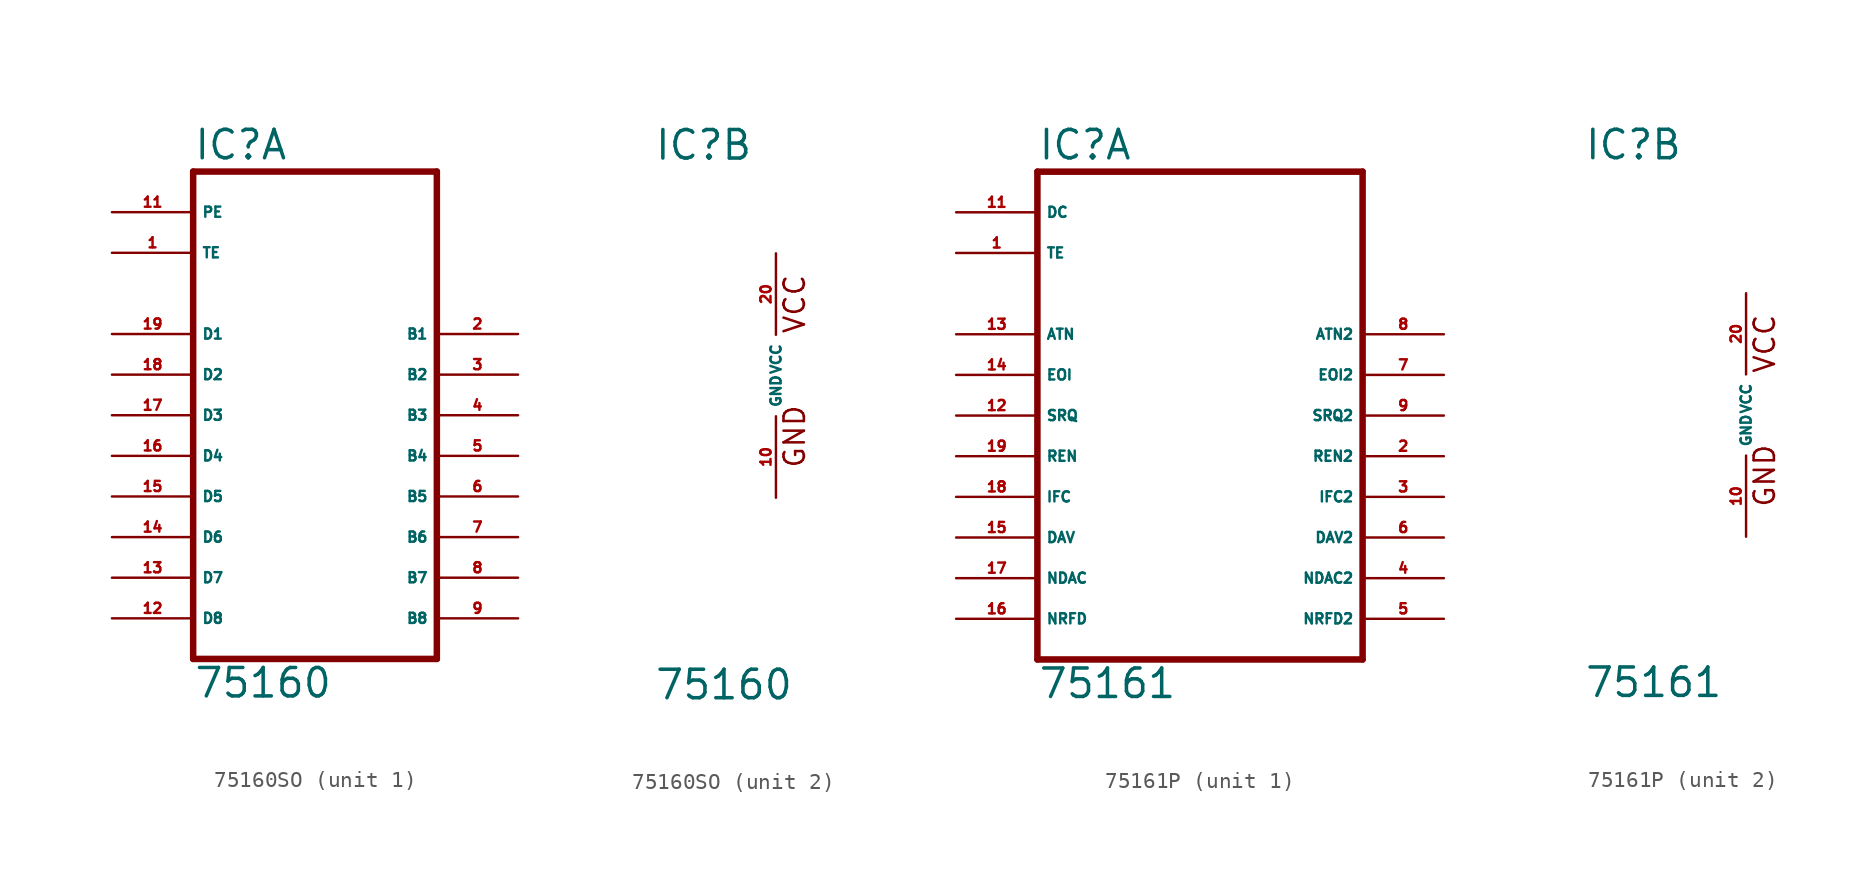
<source format=kicad_sym>
(kicad_symbol_lib
  (version 20220914)
  (generator Eagle2Kicad)
  (symbol "75160SO"
    (property "Reference" "IC"
      (at -7.62 13.335 0)
      (effects (font (size 1.778 1.778) (thickness 0.22)) (justify left bottom)))
    (property "Value" "75160"
      (at -7.62 -20.32 0)
      (effects (font (size 1.778 1.778) (thickness 0.22)) (justify left bottom)))
    (symbol "75160SO_1_0"
      (polyline (pts (xy -7.62 -17.78) (xy 7.62 -17.78)) (stroke (width 0.406) (type default)) (fill (type none)))
      (polyline (pts (xy 7.62 12.7) (xy 7.62 -17.78)) (stroke (width 0.406) (type default)) (fill (type none)))
      (polyline (pts (xy 7.62 12.7) (xy -7.62 12.7)) (stroke (width 0.406) (type default)) (fill (type none)))
      (polyline (pts (xy -7.62 -17.78) (xy -7.62 12.7)) (stroke (width 0.406) (type default)) (fill (type none)))
      (pin input line (at -12.7 10.16 0) (length 5.08) (name "PE" (effects (font (size 0.635 0.635) (thickness 0.08)) (justify left bottom))) (number "11" (effects (font (size 0.635 0.635) (thickness 0.08)) (justify left bottom))))
      (pin input line (at -12.7 7.62 0) (length 5.08) (name "TE" (effects (font (size 0.635 0.635) (thickness 0.08)) (justify left bottom))) (number "1" (effects (font (size 0.635 0.635) (thickness 0.08)) (justify left bottom))))
      (pin bidirectional line (at -12.7 2.54 0) (length 5.08) (name "D1" (effects (font (size 0.635 0.635) (thickness 0.08)) (justify left bottom))) (number "19" (effects (font (size 0.635 0.635) (thickness 0.08)) (justify left bottom))))
      (pin bidirectional line (at -12.7 0 0) (length 5.08) (name "D2" (effects (font (size 0.635 0.635) (thickness 0.08)) (justify left bottom))) (number "18" (effects (font (size 0.635 0.635) (thickness 0.08)) (justify left bottom))))
      (pin bidirectional line (at -12.7 -2.54 0) (length 5.08) (name "D3" (effects (font (size 0.635 0.635) (thickness 0.08)) (justify left bottom))) (number "17" (effects (font (size 0.635 0.635) (thickness 0.08)) (justify left bottom))))
      (pin bidirectional line (at -12.7 -5.08 0) (length 5.08) (name "D4" (effects (font (size 0.635 0.635) (thickness 0.08)) (justify left bottom))) (number "16" (effects (font (size 0.635 0.635) (thickness 0.08)) (justify left bottom))))
      (pin bidirectional line (at -12.7 -7.62 0) (length 5.08) (name "D5" (effects (font (size 0.635 0.635) (thickness 0.08)) (justify left bottom))) (number "15" (effects (font (size 0.635 0.635) (thickness 0.08)) (justify left bottom))))
      (pin bidirectional line (at -12.7 -10.16 0) (length 5.08) (name "D6" (effects (font (size 0.635 0.635) (thickness 0.08)) (justify left bottom))) (number "14" (effects (font (size 0.635 0.635) (thickness 0.08)) (justify left bottom))))
      (pin bidirectional line (at -12.7 -12.7 0) (length 5.08) (name "D7" (effects (font (size 0.635 0.635) (thickness 0.08)) (justify left bottom))) (number "13" (effects (font (size 0.635 0.635) (thickness 0.08)) (justify left bottom))))
      (pin bidirectional line (at -12.7 -15.24 0) (length 5.08) (name "D8" (effects (font (size 0.635 0.635) (thickness 0.08)) (justify left bottom))) (number "12" (effects (font (size 0.635 0.635) (thickness 0.08)) (justify left bottom))))
      (pin bidirectional line (at 12.7 2.54 180) (length 5.08) (name "B1" (effects (font (size 0.635 0.635) (thickness 0.08)) (justify left bottom))) (number "2" (effects (font (size 0.635 0.635) (thickness 0.08)) (justify left bottom))))
      (pin bidirectional line (at 12.7 0 180) (length 5.08) (name "B2" (effects (font (size 0.635 0.635) (thickness 0.08)) (justify left bottom))) (number "3" (effects (font (size 0.635 0.635) (thickness 0.08)) (justify left bottom))))
      (pin bidirectional line (at 12.7 -2.54 180) (length 5.08) (name "B3" (effects (font (size 0.635 0.635) (thickness 0.08)) (justify left bottom))) (number "4" (effects (font (size 0.635 0.635) (thickness 0.08)) (justify left bottom))))
      (pin bidirectional line (at 12.7 -5.08 180) (length 5.08) (name "B4" (effects (font (size 0.635 0.635) (thickness 0.08)) (justify left bottom))) (number "5" (effects (font (size 0.635 0.635) (thickness 0.08)) (justify left bottom))))
      (pin bidirectional line (at 12.7 -7.62 180) (length 5.08) (name "B5" (effects (font (size 0.635 0.635) (thickness 0.08)) (justify left bottom))) (number "6" (effects (font (size 0.635 0.635) (thickness 0.08)) (justify left bottom))))
      (pin bidirectional line (at 12.7 -10.16 180) (length 5.08) (name "B6" (effects (font (size 0.635 0.635) (thickness 0.08)) (justify left bottom))) (number "7" (effects (font (size 0.635 0.635) (thickness 0.08)) (justify left bottom))))
      (pin bidirectional line (at 12.7 -12.7 180) (length 5.08) (name "B7" (effects (font (size 0.635 0.635) (thickness 0.08)) (justify left bottom))) (number "8" (effects (font (size 0.635 0.635) (thickness 0.08)) (justify left bottom))))
      (pin bidirectional line (at 12.7 -15.24 180) (length 5.08) (name "B8" (effects (font (size 0.635 0.635) (thickness 0.08)) (justify left bottom))) (number "9" (effects (font (size 0.635 0.635) (thickness 0.08)) (justify left bottom)))))
    (symbol "75160SO_2_0"
      (text "GND" (at 1.905 -5.842 900) (effects (font (size 1.27 1.27) (thickness 0.16)) (justify left bottom)))
      (text "VCC" (at 1.905 2.54 900) (effects (font (size 1.27 1.27) (thickness 0.16)) (justify left bottom)))
      (pin unspecified line (at 0 -7.62 90) (length 5.08) (name "GND" (effects (font (size 0.635 0.635) (thickness 0.08)) (justify left bottom))) (number "10" (effects (font (size 0.635 0.635) (thickness 0.08)) (justify left bottom))))
      (pin unspecified line (at 0 7.62 270) (length 5.08) (name "VCC" (effects (font (size 0.635 0.635) (thickness 0.08)) (justify left bottom))) (number "20" (effects (font (size 0.635 0.635) (thickness 0.08)) (justify left bottom))))))
  (symbol "75161P"
    (property "Reference" "IC"
      (at -10.16 15.875 0)
      (effects (font (size 1.778 1.778) (thickness 0.22)) (justify left bottom)))
    (property "Value" "75161"
      (at -10.16 -17.78 0)
      (effects (font (size 1.778 1.778) (thickness 0.22)) (justify left bottom)))
    (symbol "75161P_1_0"
      (polyline (pts (xy -10.16 -15.24) (xy 10.16 -15.24)) (stroke (width 0.406) (type default)) (fill (type none)))
      (polyline (pts (xy 10.16 15.24) (xy 10.16 -15.24)) (stroke (width 0.406) (type default)) (fill (type none)))
      (polyline (pts (xy 10.16 15.24) (xy -10.16 15.24)) (stroke (width 0.406) (type default)) (fill (type none)))
      (polyline (pts (xy -10.16 -15.24) (xy -10.16 15.24)) (stroke (width 0.406) (type default)) (fill (type none)))
      (pin input line (at -15.24 12.7 0) (length 5.08) (name "DC" (effects (font (size 0.635 0.635) (thickness 0.08)) (justify left bottom))) (number "11" (effects (font (size 0.635 0.635) (thickness 0.08)) (justify left bottom))))
      (pin input line (at -15.24 10.16 0) (length 5.08) (name "TE" (effects (font (size 0.635 0.635) (thickness 0.08)) (justify left bottom))) (number "1" (effects (font (size 0.635 0.635) (thickness 0.08)) (justify left bottom))))
      (pin bidirectional line (at -15.24 5.08 0) (length 5.08) (name "ATN" (effects (font (size 0.635 0.635) (thickness 0.08)) (justify left bottom))) (number "13" (effects (font (size 0.635 0.635) (thickness 0.08)) (justify left bottom))))
      (pin bidirectional line (at -15.24 2.54 0) (length 5.08) (name "EOI" (effects (font (size 0.635 0.635) (thickness 0.08)) (justify left bottom))) (number "14" (effects (font (size 0.635 0.635) (thickness 0.08)) (justify left bottom))))
      (pin bidirectional line (at -15.24 0 0) (length 5.08) (name "SRQ" (effects (font (size 0.635 0.635) (thickness 0.08)) (justify left bottom))) (number "12" (effects (font (size 0.635 0.635) (thickness 0.08)) (justify left bottom))))
      (pin bidirectional line (at -15.24 -2.54 0) (length 5.08) (name "REN" (effects (font (size 0.635 0.635) (thickness 0.08)) (justify left bottom))) (number "19" (effects (font (size 0.635 0.635) (thickness 0.08)) (justify left bottom))))
      (pin bidirectional line (at -15.24 -5.08 0) (length 5.08) (name "IFC" (effects (font (size 0.635 0.635) (thickness 0.08)) (justify left bottom))) (number "18" (effects (font (size 0.635 0.635) (thickness 0.08)) (justify left bottom))))
      (pin bidirectional line (at -15.24 -7.62 0) (length 5.08) (name "DAV" (effects (font (size 0.635 0.635) (thickness 0.08)) (justify left bottom))) (number "15" (effects (font (size 0.635 0.635) (thickness 0.08)) (justify left bottom))))
      (pin bidirectional line (at -15.24 -10.16 0) (length 5.08) (name "NDAC" (effects (font (size 0.635 0.635) (thickness 0.08)) (justify left bottom))) (number "17" (effects (font (size 0.635 0.635) (thickness 0.08)) (justify left bottom))))
      (pin bidirectional line (at -15.24 -12.7 0) (length 5.08) (name "NRFD" (effects (font (size 0.635 0.635) (thickness 0.08)) (justify left bottom))) (number "16" (effects (font (size 0.635 0.635) (thickness 0.08)) (justify left bottom))))
      (pin bidirectional line (at 15.24 5.08 180) (length 5.08) (name "ATN2" (effects (font (size 0.635 0.635) (thickness 0.08)) (justify left bottom))) (number "8" (effects (font (size 0.635 0.635) (thickness 0.08)) (justify left bottom))))
      (pin bidirectional line (at 15.24 2.54 180) (length 5.08) (name "EOI2" (effects (font (size 0.635 0.635) (thickness 0.08)) (justify left bottom))) (number "7" (effects (font (size 0.635 0.635) (thickness 0.08)) (justify left bottom))))
      (pin bidirectional line (at 15.24 0 180) (length 5.08) (name "SRQ2" (effects (font (size 0.635 0.635) (thickness 0.08)) (justify left bottom))) (number "9" (effects (font (size 0.635 0.635) (thickness 0.08)) (justify left bottom))))
      (pin bidirectional line (at 15.24 -2.54 180) (length 5.08) (name "REN2" (effects (font (size 0.635 0.635) (thickness 0.08)) (justify left bottom))) (number "2" (effects (font (size 0.635 0.635) (thickness 0.08)) (justify left bottom))))
      (pin bidirectional line (at 15.24 -5.08 180) (length 5.08) (name "IFC2" (effects (font (size 0.635 0.635) (thickness 0.08)) (justify left bottom))) (number "3" (effects (font (size 0.635 0.635) (thickness 0.08)) (justify left bottom))))
      (pin bidirectional line (at 15.24 -7.62 180) (length 5.08) (name "DAV2" (effects (font (size 0.635 0.635) (thickness 0.08)) (justify left bottom))) (number "6" (effects (font (size 0.635 0.635) (thickness 0.08)) (justify left bottom))))
      (pin bidirectional line (at 15.24 -10.16 180) (length 5.08) (name "NDAC2" (effects (font (size 0.635 0.635) (thickness 0.08)) (justify left bottom))) (number "4" (effects (font (size 0.635 0.635) (thickness 0.08)) (justify left bottom))))
      (pin bidirectional line (at 15.24 -12.7 180) (length 5.08) (name "NRFD2" (effects (font (size 0.635 0.635) (thickness 0.08)) (justify left bottom))) (number "5" (effects (font (size 0.635 0.635) (thickness 0.08)) (justify left bottom)))))
    (symbol "75161P_2_0"
      (text "GND" (at 1.905 -5.842 900) (effects (font (size 1.27 1.27) (thickness 0.16)) (justify left bottom)))
      (text "VCC" (at 1.905 2.54 900) (effects (font (size 1.27 1.27) (thickness 0.16)) (justify left bottom)))
      (pin unspecified line (at 0 -7.62 90) (length 5.08) (name "GND" (effects (font (size 0.635 0.635) (thickness 0.08)) (justify left bottom))) (number "10" (effects (font (size 0.635 0.635) (thickness 0.08)) (justify left bottom))))
      (pin unspecified line (at 0 7.62 270) (length 5.08) (name "VCC" (effects (font (size 0.635 0.635) (thickness 0.08)) (justify left bottom))) (number "20" (effects (font (size 0.635 0.635) (thickness 0.08)) (justify left bottom)))))))
</source>
